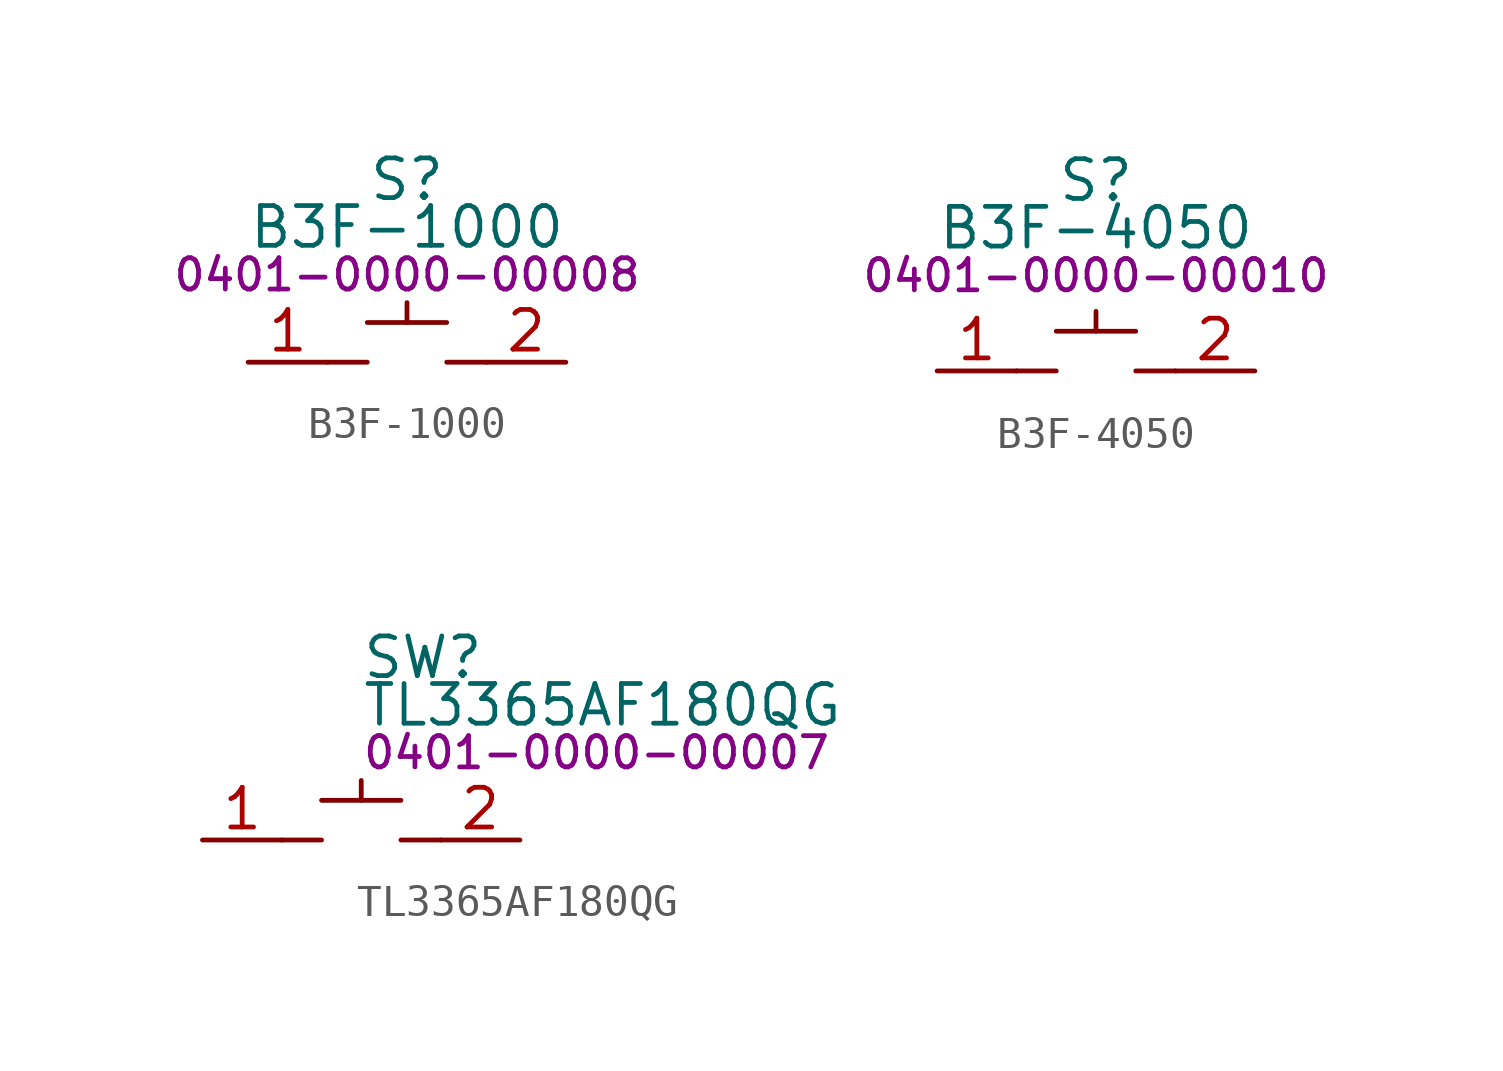
<source format=kicad_sym>
(kicad_symbol_lib
  (version 20231120)
  (generator "kicad_symbol_editor")
  (generator_version "8.0")
  (symbol "B3F-1000"
    (property "Reference" "S"
      (at 0 5.842 0)
      (effects (font (size 1.27 1.27))))
    (property "Value" "B3F-1000"
      (at 0 4.318 0)
      (effects (font (size 1.27 1.27))))
    (property "PartNumber" "0401-0000-00008"
      (at 0 2.794 0)
      (effects (font (size 1 1))))
    (symbol "B3F-1000_0_0"
      (polyline (pts (xy -1.27 1.27) (xy 1.27 1.27)) (stroke (width 0) (type default)) (fill (type none)))
      (polyline (pts (xy 0 1.27) (xy 0 1.905)) (stroke (width 0) (type default)) (fill (type none)))
      (pin passive line (at -5.08 0 0) (length 2.54) (name "~" (effects (font (size 1.27 1.27)))) (number "1" (effects (font (size 1.27 1.27)))))
      (pin passive line (at 5.08 0 180) (length 2.54) (name "~" (effects (font (size 1.27 1.27)))) (number "2" (effects (font (size 1.27 1.27))))))
    (symbol "B3F-1000_0_1"
      (polyline (pts (xy -2.54 0) (xy -1.27 0)) (stroke (width 0) (type default)) (fill (type none)))
      (polyline (pts (xy 2.54 0) (xy 1.27 0)) (stroke (width 0) (type default)) (fill (type none)))))
  (symbol "B3F-4050"
    (property "Reference" "S"
      (at 0 6.096 0)
      (effects (font (size 1.27 1.27))))
    (property "Value" "B3F-4050"
      (at 0 4.572 0)
      (effects (font (size 1.27 1.27))))
    (property "PartNumber" "0401-0000-00010"
      (at 0 3.048 0)
      (effects (font (size 1 1))))
    (symbol "B3F-4050_0_0"
      (polyline (pts (xy -2.54 0) (xy -1.27 0)) (stroke (width 0) (type default)) (fill (type none)))
      (polyline (pts (xy -1.27 1.27) (xy 1.27 1.27)) (stroke (width 0) (type default)) (fill (type none)))
      (polyline (pts (xy 0 1.27) (xy 0 1.905)) (stroke (width 0) (type default)) (fill (type none)))
      (polyline (pts (xy 2.54 0) (xy 1.27 0)) (stroke (width 0) (type default)) (fill (type none)))
      (pin passive line (at -5.08 0 0) (length 2.54) (name "~" (effects (font (size 1.27 1.27)))) (number "1" (effects (font (size 1.27 1.27)))))
      (pin passive line (at 5.08 0 180) (length 2.54) (name "~" (effects (font (size 1.27 1.27)))) (number "2" (effects (font (size 1.27 1.27)))))))
  (symbol "TL3365AF180QG"
    (property "Reference" "SW"
      (at 0 5.842 0)
      (effects (font (size 1.27 1.27)) (justify left)))
    (property "Value" "TL3365AF180QG"
      (at 0 4.318 0)
      (effects (font (size 1.27 1.27)) (justify left)))
    (property "PartNumber" "0401-0000-00007"
      (at 0 2.794 0)
      (effects (font (size 1 1)) (justify left)))
    (symbol "TL3365AF180QG_0_0"
      (polyline (pts (xy -2.54 0) (xy -1.27 0)) (stroke (width 0) (type default)) (fill (type none)))
      (polyline (pts (xy -1.27 1.27) (xy 1.27 1.27)) (stroke (width 0) (type default)) (fill (type none)))
      (polyline (pts (xy 0 1.27) (xy 0 1.905)) (stroke (width 0) (type default)) (fill (type none)))
      (polyline (pts (xy 2.54 0) (xy 1.27 0)) (stroke (width 0) (type default)) (fill (type none)))
      (pin passive line (at -5.08 0 0) (length 2.54) (name "~" (effects (font (size 1.27 1.27)))) (number "1" (effects (font (size 1.27 1.27)))))
      (pin passive line (at 5.08 0 180) (length 2.54) (name "~" (effects (font (size 1.27 1.27)))) (number "2" (effects (font (size 1.27 1.27))))))))
</source>
